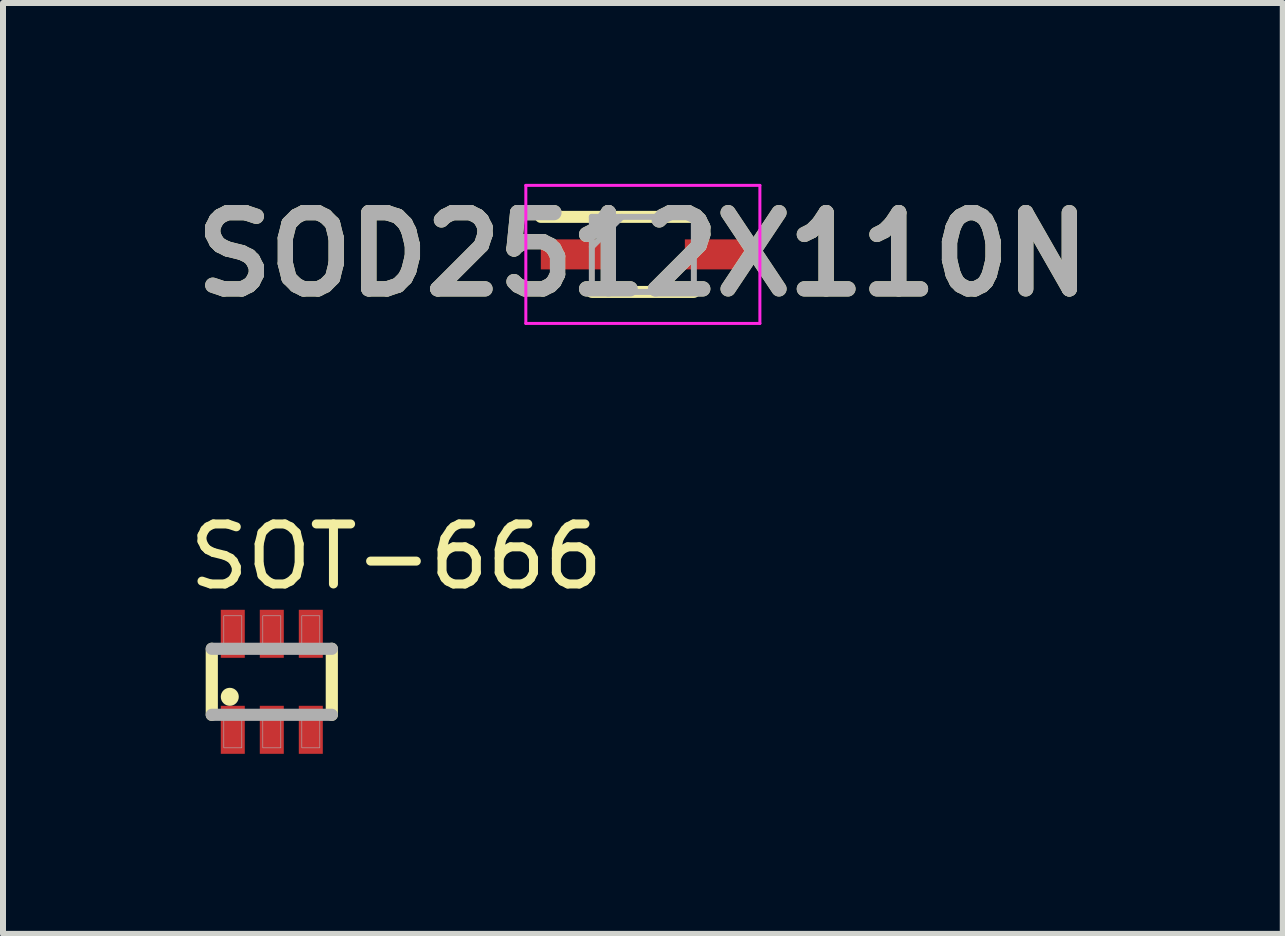
<source format=kicad_pcb>
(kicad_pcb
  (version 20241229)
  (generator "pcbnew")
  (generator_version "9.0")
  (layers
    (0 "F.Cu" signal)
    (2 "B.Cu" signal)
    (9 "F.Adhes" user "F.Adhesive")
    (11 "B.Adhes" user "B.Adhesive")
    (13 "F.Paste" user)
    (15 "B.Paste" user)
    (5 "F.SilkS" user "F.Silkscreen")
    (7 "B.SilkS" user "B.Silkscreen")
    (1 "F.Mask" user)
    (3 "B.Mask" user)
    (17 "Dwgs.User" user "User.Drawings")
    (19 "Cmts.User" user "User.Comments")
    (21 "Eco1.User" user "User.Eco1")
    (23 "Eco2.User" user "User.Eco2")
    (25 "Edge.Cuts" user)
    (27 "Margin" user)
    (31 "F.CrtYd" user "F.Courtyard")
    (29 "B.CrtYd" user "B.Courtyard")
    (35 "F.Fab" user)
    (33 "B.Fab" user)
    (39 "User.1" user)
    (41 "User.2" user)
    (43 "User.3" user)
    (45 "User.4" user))
  (footprint "SOD2512X110N"
    (layer "F.Cu")
    (at 7.662 1.189)
    (property "Reference" "SOD2512X110N" (at 0 0 0) (layer "F.SilkS") (effects (font (size 1.27 1.27) (thickness 0.254))))
    (attr smd)
    (fp_line (start -1.7 -0.625) (end 0.85 -0.625) (stroke (width 0.2) (type solid)) (layer "F.SilkS"))
    (fp_line (start -0.85 0.625) (end 0.85 0.625) (stroke (width 0.2) (type solid)) (layer "F.SilkS"))
    (fp_line (start -1.95 -1.15) (end 1.95 -1.15) (stroke (width 0.05) (type solid)) (layer "F.CrtYd"))
    (fp_line (start -1.95 1.15) (end -1.95 -1.15) (stroke (width 0.05) (type solid)) (layer "F.CrtYd"))
    (fp_line (start 1.95 -1.15) (end 1.95 1.15) (stroke (width 0.05) (type solid)) (layer "F.CrtYd"))
    (fp_line (start 1.95 1.15) (end -1.95 1.15) (stroke (width 0.05) (type solid)) (layer "F.CrtYd"))
    (fp_line (start -0.85 -0.625) (end 0.85 -0.625) (stroke (width 0.1) (type solid)) (layer "F.Fab"))
    (fp_line (start -0.85 -0.125) (end -0.35 -0.625) (stroke (width 0.1) (type solid)) (layer "F.Fab"))
    (fp_line (start -0.85 0.625) (end -0.85 -0.625) (stroke (width 0.1) (type solid)) (layer "F.Fab"))
    (fp_line (start 0.85 -0.625) (end 0.85 0.625) (stroke (width 0.1) (type solid)) (layer "F.Fab"))
    (fp_line (start 0.85 0.625) (end -0.85 0.625) (stroke (width 0.1) (type solid)) (layer "F.Fab"))
    (fp_text user "${REFERENCE}" (at 0 0 0) (layer "F.Fab") (effects (font (size 1.27 1.27) (thickness 0.254))))
    (pad "1" smd rect (at -1.2 0 90) (size 0.5 1) (layers "F.Cu" "F.Mask" "F.Paste"))
    (pad "2" smd rect (at 1.2 0 90) (size 0.5 1) (layers "F.Cu" "F.Mask" "F.Paste")))
  (footprint "SOT-666"
    (layer "F.Cu")
    (at 1.479 8.311)
    (property "Reference" "SOT-666" (at 2.075 -2.085 0) (layer "F.SilkS") (effects (font (size 1 1) (thickness 0.15))))
    (attr through_hole)
    (fp_line (start -1 0.55) (end -1 -0.55) (stroke (width 0.203) (type solid)) (layer "F.SilkS"))
    (fp_line (start 1 -0.55) (end 1 0.55) (stroke (width 0.203) (type solid)) (layer "F.SilkS"))
    (fp_circle (center -0.7 0.25) (end -0.55 0.25) (stroke (width 0) (type solid)) (fill yes) (layer "F.SilkS"))
    (fp_line (start -1 -0.55) (end 1 -0.55) (stroke (width 0.203) (type solid)) (layer "F.Fab"))
    (fp_line (start 1 0.55) (end -1 0.55) (stroke (width 0.203) (type solid)) (layer "F.Fab"))
    (fp_poly (pts (xy -0.8 -1.1) (xy -0.5 -1.1) (xy -0.5 -0.6) (xy -0.8 -0.6)) (stroke (width 0.01) (type solid)) (fill no) (layer "F.Fab"))
    (fp_poly (pts (xy -0.8 0.6) (xy -0.5 0.6) (xy -0.5 1.1) (xy -0.8 1.1)) (stroke (width 0.01) (type solid)) (fill no) (layer "F.Fab"))
    (fp_poly (pts (xy -0.15 -1.1) (xy 0.15 -1.1) (xy 0.15 -0.6) (xy -0.15 -0.6)) (stroke (width 0.01) (type solid)) (fill no) (layer "F.Fab"))
    (fp_poly (pts (xy -0.15 0.6) (xy 0.15 0.6) (xy 0.15 1.1) (xy -0.15 1.1)) (stroke (width 0.01) (type solid)) (fill no) (layer "F.Fab"))
    (fp_poly (pts (xy 0.5 -1.1) (xy 0.8 -1.1) (xy 0.8 -0.6) (xy 0.5 -0.6)) (stroke (width 0.01) (type solid)) (fill no) (layer "F.Fab"))
    (fp_poly (pts (xy 0.5 0.6) (xy 0.8 0.6) (xy 0.8 1.1) (xy 0.5 1.1)) (stroke (width 0.01) (type solid)) (fill no) (layer "F.Fab"))
    (pad "1" smd rect (at -0.65 0.8) (size 0.4 0.8) (layers "F.Cu" "F.Mask" "F.Paste"))
    (pad "2" smd rect (at 0 0.8) (size 0.4 0.8) (layers "F.Cu" "F.Mask" "F.Paste"))
    (pad "3" smd rect (at 0.65 0.8) (size 0.4 0.8) (layers "F.Cu" "F.Mask" "F.Paste"))
    (pad "4" smd rect (at 0.65 -0.8) (size 0.4 0.8) (layers "F.Cu" "F.Mask" "F.Paste"))
    (pad "5" smd rect (at 0 -0.8) (size 0.4 0.8) (layers "F.Cu" "F.Mask" "F.Paste"))
    (pad "6" smd rect (at -0.65 -0.8) (size 0.4 0.8) (layers "F.Cu" "F.Mask" "F.Paste")))
  (gr_rect
    (start -3 -3)
    (end 18.325 12.511)
    (stroke (width 0.1) (type default))
    (fill no)
    (layer "Edge.Cuts")))
</source>
